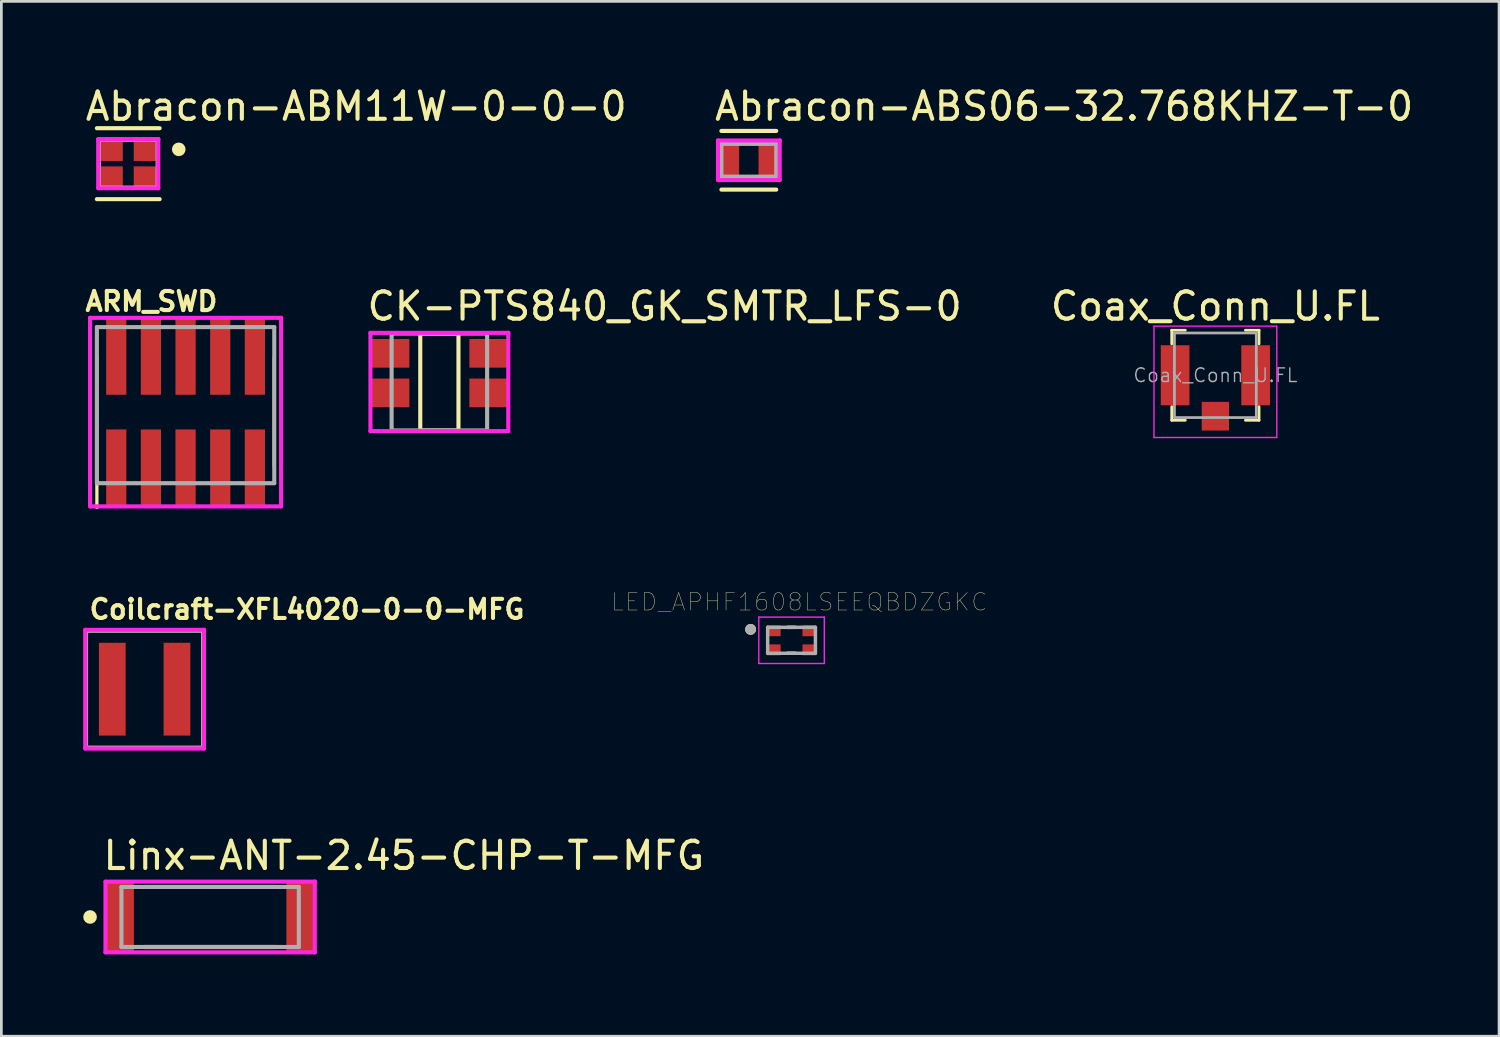
<source format=kicad_pcb>
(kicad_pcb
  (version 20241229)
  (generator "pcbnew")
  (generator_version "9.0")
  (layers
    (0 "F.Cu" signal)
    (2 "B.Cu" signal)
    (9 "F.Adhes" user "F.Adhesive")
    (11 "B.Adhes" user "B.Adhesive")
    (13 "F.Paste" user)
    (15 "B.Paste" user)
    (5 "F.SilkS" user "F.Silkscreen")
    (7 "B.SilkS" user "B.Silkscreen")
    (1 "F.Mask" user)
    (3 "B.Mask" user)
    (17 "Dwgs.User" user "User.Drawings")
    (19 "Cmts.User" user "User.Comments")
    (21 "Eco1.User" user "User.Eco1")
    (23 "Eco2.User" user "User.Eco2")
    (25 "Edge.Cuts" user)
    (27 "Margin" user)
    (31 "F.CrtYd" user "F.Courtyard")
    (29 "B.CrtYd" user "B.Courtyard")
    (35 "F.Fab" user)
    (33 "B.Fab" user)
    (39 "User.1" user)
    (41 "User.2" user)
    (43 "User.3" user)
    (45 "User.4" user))
  (footprint "Coax_Conn_U.FL"
    (layer "F.Cu")
    (at 41.486 10.701)
    (property "Reference" "Coax_Conn_U.FL" (at 0 -2.53 0) (layer "F.SilkS") (effects (font (size 1 1) (thickness 0.15))))
    (attr smd)
    (fp_line (start -1.6 -1.65) (end -1.6 -1.15) (stroke (width 0.1) (type solid)) (layer "F.SilkS"))
    (fp_line (start -1.6 -1.65) (end -1.1 -1.65) (stroke (width 0.1) (type solid)) (layer "F.SilkS"))
    (fp_line (start -1.6 1.65) (end -1.6 1.15) (stroke (width 0.1) (type solid)) (layer "F.SilkS"))
    (fp_line (start -1.6 1.65) (end -1.1 1.65) (stroke (width 0.1) (type solid)) (layer "F.SilkS"))
    (fp_line (start 1.6 -1.65) (end 1.1 -1.65) (stroke (width 0.1) (type solid)) (layer "F.SilkS"))
    (fp_line (start 1.6 -1.65) (end 1.6 -1.15) (stroke (width 0.1) (type solid)) (layer "F.SilkS"))
    (fp_line (start 1.6 1.65) (end 1.1 1.65) (stroke (width 0.1) (type solid)) (layer "F.SilkS"))
    (fp_line (start 1.6 1.65) (end 1.6 1.15) (stroke (width 0.1) (type solid)) (layer "F.SilkS"))
    (fp_line (start -2.25 -1.8) (end -2.25 2.28) (stroke (width 0.05) (type solid)) (layer "F.CrtYd"))
    (fp_line (start -2.25 -1.8) (end 2.25 -1.8) (stroke (width 0.05) (type solid)) (layer "F.CrtYd"))
    (fp_line (start -2.25 2.28) (end 2.25 2.28) (stroke (width 0.05) (type solid)) (layer "F.CrtYd"))
    (fp_line (start 2.25 -1.8) (end 2.25 2.28) (stroke (width 0.05) (type solid)) (layer "F.CrtYd"))
    (fp_line (start -1.5 -1.55) (end 1.5 -1.55) (stroke (width 0.1) (type solid)) (layer "F.Fab"))
    (fp_line (start -1.5 1.55) (end -1.5 -1.55) (stroke (width 0.1) (type solid)) (layer "F.Fab"))
    (fp_line (start -1.5 1.55) (end 1.5 1.55) (stroke (width 0.1) (type solid)) (layer "F.Fab"))
    (fp_line (start 1.5 1.55) (end 1.5 -1.55) (stroke (width 0.1) (type solid)) (layer "F.Fab"))
    (fp_text user "${REFERENCE}" (at 0 0 0) (layer "F.Fab") (effects (font (size 0.5 0.5) (thickness 0.05))))
    (pad "1" smd rect (at -1.475 0) (size 1.05 2.2) (layers "F.Cu" "F.Mask" "F.Paste"))
    (pad "1" smd rect (at 1.475 0) (size 1.05 2.2) (layers "F.Cu" "F.Mask" "F.Paste"))
    (pad "2" smd rect (at 0 1.5) (size 1 1.05) (layers "F.Cu" "F.Mask" "F.Paste")))
  (footprint "ARM_SWD"
    (layer "F.Cu")
    (at 3.75 11.796)
    (property "Reference" "ARM_SWD" (at -3.75 -3.8 0) (layer "F.SilkS") (effects (font (size 0.7 0.7) (thickness 0.15)) (justify left)))
    (attr through_hole)
    (fp_line (start -3.25 -1.75) (end -3.25 3.75) (stroke (width 0.12) (type solid)) (layer "F.SilkS"))
    (fp_line (start 3.25 -1.75) (end 3.25 2.25) (stroke (width 0.12) (type solid)) (layer "F.SilkS"))
    (fp_line (start -3.5 -3.2) (end -3.5 3.71) (stroke (width 0.15) (type solid)) (layer "F.CrtYd"))
    (fp_line (start -3.5 3.71) (end 3.5 3.71) (stroke (width 0.15) (type solid)) (layer "F.CrtYd"))
    (fp_line (start 3.5 -3.2) (end -3.5 -3.2) (stroke (width 0.15) (type solid)) (layer "F.CrtYd"))
    (fp_line (start 3.5 3.71) (end 3.5 -3.2) (stroke (width 0.15) (type solid)) (layer "F.CrtYd"))
    (fp_line (start -3.25 -2.86) (end 3.25 -2.86) (stroke (width 0.15) (type solid)) (layer "F.Fab"))
    (fp_line (start -3.25 2.86) (end -3.25 -2.86) (stroke (width 0.15) (type solid)) (layer "F.Fab"))
    (fp_line (start 3.25 -2.86) (end 3.25 2.86) (stroke (width 0.15) (type solid)) (layer "F.Fab"))
    (fp_line (start 3.25 2.86) (end -3.25 2.86) (stroke (width 0.15) (type solid)) (layer "F.Fab"))
    (pad "1" smd rect (at -2.54 2.288) (size 0.74 2.795) (layers "F.Cu" "F.Mask" "F.Paste"))
    (pad "2" smd rect (at -2.54 -1.778) (size 0.74 2.795) (layers "F.Cu" "F.Mask" "F.Paste"))
    (pad "3" smd rect (at -1.27 2.288) (size 0.74 2.795) (layers "F.Cu" "F.Mask" "F.Paste"))
    (pad "4" smd rect (at -1.27 -1.778) (size 0.74 2.795) (layers "F.Cu" "F.Mask" "F.Paste"))
    (pad "5" smd rect (at 0 2.288) (size 0.74 2.795) (layers "F.Cu" "F.Mask" "F.Paste"))
    (pad "6" smd rect (at 0 -1.778) (size 0.74 2.795) (layers "F.Cu" "F.Mask" "F.Paste"))
    (pad "7" smd rect (at 1.27 2.288) (size 0.74 2.795) (layers "F.Cu" "F.Mask" "F.Paste"))
    (pad "8" smd rect (at 1.27 -1.778) (size 0.74 2.795) (layers "F.Cu" "F.Mask" "F.Paste"))
    (pad "9" smd rect (at 2.54 2.288) (size 0.74 2.795) (layers "F.Cu" "F.Mask" "F.Paste"))
    (pad "10" smd rect (at 2.54 -1.778) (size 0.74 2.795) (layers "F.Cu" "F.Mask" "F.Paste")))
  (footprint "Abracon-ABS06-32.768KHZ-T-0"
    (layer "F.Cu")
    (at 24.39 2.823)
    (property "Reference" "Abracon-ABS06-32.768KHZ-T-0" (at -1.33 -1.975 0) (layer "F.SilkS") (effects (font (size 1 1) (thickness 0.15)) (justify left)))
    (attr through_hole)
    (fp_line (start 1.005 -1.075) (end -1.005 -1.075) (stroke (width 0.15) (type solid)) (layer "F.SilkS"))
    (fp_line (start 1.005 1.075) (end -1.005 1.075) (stroke (width 0.15) (type solid)) (layer "F.SilkS"))
    (fp_line (start -1.13 -0.725) (end -1.13 0.725) (stroke (width 0.15) (type solid)) (layer "F.CrtYd"))
    (fp_line (start -1.13 0.725) (end 1.13 0.725) (stroke (width 0.15) (type solid)) (layer "F.CrtYd"))
    (fp_line (start 1.13 -0.725) (end -1.13 -0.725) (stroke (width 0.15) (type solid)) (layer "F.CrtYd"))
    (fp_line (start 1.13 -0.725) (end 1.13 -0.725) (stroke (width 0.15) (type solid)) (layer "F.CrtYd"))
    (fp_line (start 1.13 0.725) (end 1.13 -0.725) (stroke (width 0.15) (type solid)) (layer "F.CrtYd"))
    (fp_line (start -1.005 -0.6) (end 1.005 -0.6) (stroke (width 0.15) (type solid)) (layer "F.Fab"))
    (fp_line (start -1.005 0.6) (end -1.005 -0.6) (stroke (width 0.15) (type solid)) (layer "F.Fab"))
    (fp_line (start 1.005 -0.6) (end 1.005 0.6) (stroke (width 0.15) (type solid)) (layer "F.Fab"))
    (fp_line (start 1.005 0.6) (end -1.005 0.6) (stroke (width 0.15) (type solid)) (layer "F.Fab"))
    (pad "1" smd rect (at -0.73 0) (size 0.75 1.4) (layers "F.Cu" "F.Mask" "F.Paste"))
    (pad "2" smd rect (at 0.73 0) (size 0.75 1.4) (layers "F.Cu" "F.Mask" "F.Paste")))
  (footprint "Linx-ANT-2.45-CHP-T-MFG"
    (layer "F.Cu")
    (at 4.65 30.552)
    (property "Reference" "Linx-ANT-2.45-CHP-T-MFG" (at -4 -2.25 0) (layer "F.SilkS") (effects (font (size 1 1) (thickness 0.15)) (justify left)))
    (attr through_hole)
    (fp_line (start -2.419 -1.1) (end 2.419 -1.1) (stroke (width 0.15) (type solid)) (layer "F.SilkS"))
    (fp_line (start -2.419 1.1) (end 2.419 1.1) (stroke (width 0.15) (type solid)) (layer "F.SilkS"))
    (fp_circle (center -4.4 0) (end -4.275 0) (stroke (width 0.25) (type solid)) (fill no) (layer "F.SilkS"))
    (fp_line (start -3.835 -1.295) (end -3.835 1.295) (stroke (width 0.15) (type solid)) (layer "F.CrtYd"))
    (fp_line (start -3.835 1.295) (end 3.835 1.295) (stroke (width 0.15) (type solid)) (layer "F.CrtYd"))
    (fp_line (start 3.835 -1.295) (end -3.835 -1.295) (stroke (width 0.15) (type solid)) (layer "F.CrtYd"))
    (fp_line (start 3.835 -1.295) (end 3.835 -1.295) (stroke (width 0.15) (type solid)) (layer "F.CrtYd"))
    (fp_line (start 3.835 1.295) (end 3.835 -1.295) (stroke (width 0.15) (type solid)) (layer "F.CrtYd"))
    (fp_line (start -3.25 -1.1) (end 3.25 -1.1) (stroke (width 0.15) (type solid)) (layer "F.Fab"))
    (fp_line (start -3.25 1.1) (end -3.25 -1.1) (stroke (width 0.15) (type solid)) (layer "F.Fab"))
    (fp_line (start 3.25 -1.1) (end 3.25 1.1) (stroke (width 0.15) (type solid)) (layer "F.Fab"))
    (fp_line (start 3.25 1.1) (end -3.25 1.1) (stroke (width 0.15) (type solid)) (layer "F.Fab"))
    (pad "1" smd rect (at -3.302 0) (size 1.016 2.54) (layers "F.Cu" "F.Mask" "F.Paste"))
    (pad "2" smd rect (at 3.302 0) (size 1.016 2.54) (layers "F.Cu" "F.Mask" "F.Paste")))
  (footprint "Abracon-ABM11W-0-0-0"
    (layer "F.Cu")
    (at 1.65 2.948)
    (property "Reference" "Abracon-ABM11W-0-0-0" (at -1.65 -2.1 0) (layer "F.SilkS") (effects (font (size 1 1) (thickness 0.15)) (justify left)))
    (attr through_hole)
    (fp_line (start 1.15 -1.3) (end -1.15 -1.3) (stroke (width 0.15) (type solid)) (layer "F.SilkS"))
    (fp_line (start 1.15 1.3) (end -1.15 1.3) (stroke (width 0.15) (type solid)) (layer "F.SilkS"))
    (fp_circle (center 1.85 -0.525) (end 1.975 -0.525) (stroke (width 0.25) (type solid)) (fill no) (layer "F.SilkS"))
    (fp_line (start -1.1 -0.9) (end -1.1 0.9) (stroke (width 0.15) (type solid)) (layer "F.CrtYd"))
    (fp_line (start -1.1 0.9) (end 1.1 0.9) (stroke (width 0.15) (type solid)) (layer "F.CrtYd"))
    (fp_line (start 1.1 -0.9) (end -1.1 -0.9) (stroke (width 0.15) (type solid)) (layer "F.CrtYd"))
    (fp_line (start 1.1 -0.9) (end 1.1 -0.9) (stroke (width 0.15) (type solid)) (layer "F.CrtYd"))
    (fp_line (start 1.1 0.9) (end 1.1 -0.9) (stroke (width 0.15) (type solid)) (layer "F.CrtYd"))
    (fp_line (start -1.075 -0.875) (end 1.075 -0.875) (stroke (width 0.15) (type solid)) (layer "F.Fab"))
    (fp_line (start -1.075 0.875) (end -1.075 -0.875) (stroke (width 0.15) (type solid)) (layer "F.Fab"))
    (fp_line (start 1.075 -0.875) (end 1.075 0.875) (stroke (width 0.15) (type solid)) (layer "F.Fab"))
    (fp_line (start 1.075 0.875) (end -1.075 0.875) (stroke (width 0.15) (type solid)) (layer "F.Fab"))
    (pad "1" smd rect (at 0.637 -0.487) (size 0.875 0.775) (layers "F.Cu" "F.Mask" "F.Paste"))
    (pad "2" smd rect (at -0.637 -0.487) (size 0.875 0.775) (layers "F.Cu" "F.Mask" "F.Paste"))
    (pad "3" smd rect (at -0.637 0.487) (size 0.875 0.775) (layers "F.Cu" "F.Mask" "F.Paste"))
    (pad "4" smd rect (at 0.637 0.487) (size 0.875 0.775) (layers "F.Cu" "F.Mask" "F.Paste")))
  (footprint "LED_APHF1608LSEEQBDZGKC"
    (layer "F.Cu")
    (at 25.955 20.413)
    (property "Reference" "LED_APHF1608LSEEQBDZGKC" (at 0.282 -1.406 0) (layer "F.SilkS") (effects (font (size 0.64 0.64) (thickness 0.015))))
    (attr through_hole)
    (fp_line (start -0.137 -0.475) (end 0.137 -0.475) (stroke (width 0.127) (type solid)) (layer "F.SilkS"))
    (fp_line (start -0.137 0.475) (end 0.137 0.475) (stroke (width 0.127) (type solid)) (layer "F.SilkS"))
    (fp_circle (center -1.5 -0.4) (end -1.4 -0.4) (stroke (width 0.2) (type solid)) (fill no) (layer "F.SilkS"))
    (fp_line (start -1.2 -0.85) (end 1.2 -0.85) (stroke (width 0.05) (type solid)) (layer "F.CrtYd"))
    (fp_line (start -1.2 0.85) (end -1.2 -0.85) (stroke (width 0.05) (type solid)) (layer "F.CrtYd"))
    (fp_line (start 1.2 -0.85) (end 1.2 0.85) (stroke (width 0.05) (type solid)) (layer "F.CrtYd"))
    (fp_line (start 1.2 0.85) (end -1.2 0.85) (stroke (width 0.05) (type solid)) (layer "F.CrtYd"))
    (fp_line (start -0.875 -0.475) (end 0.875 -0.475) (stroke (width 0.127) (type solid)) (layer "F.Fab"))
    (fp_line (start -0.875 0.475) (end -0.875 -0.475) (stroke (width 0.127) (type solid)) (layer "F.Fab"))
    (fp_line (start 0.875 -0.475) (end 0.875 0.475) (stroke (width 0.127) (type solid)) (layer "F.Fab"))
    (fp_line (start 0.875 0.475) (end -0.875 0.475) (stroke (width 0.127) (type solid)) (layer "F.Fab"))
    (fp_circle (center -1.5 -0.4) (end -1.4 -0.4) (stroke (width 0.2) (type solid)) (fill no) (layer "F.Fab"))
    (pad "1" smd rect (at -0.65 -0.35) (size 0.5 0.4) (layers "F.Cu" "F.Mask" "F.Paste"))
    (pad "2" smd rect (at -0.65 0.35) (size 0.5 0.4) (layers "F.Cu" "F.Mask" "F.Paste"))
    (pad "3" smd rect (at 0.65 0.35) (size 0.5 0.4) (layers "F.Cu" "F.Mask" "F.Paste"))
    (pad "4" smd rect (at 0.65 -0.35) (size 0.5 0.4) (layers "F.Cu" "F.Mask" "F.Paste")))
  (footprint "CK-PTS840_GK_SMTR_LFS-0"
    (layer "F.Cu")
    (at 13.05 10.947)
    (property "Reference" "CK-PTS840_GK_SMTR_LFS-0" (at -2.725 -2.775 0) (layer "F.SilkS") (effects (font (size 1 1) (thickness 0.15)) (justify left)))
    (attr through_hole)
    (fp_line (start -0.7 -1.775) (end 0.7 -1.775) (stroke (width 0.15) (type solid)) (layer "F.SilkS"))
    (fp_line (start -0.7 1.775) (end -0.7 -1.775) (stroke (width 0.15) (type solid)) (layer "F.SilkS"))
    (fp_line (start 0.7 -1.775) (end 0.7 1.775) (stroke (width 0.15) (type solid)) (layer "F.SilkS"))
    (fp_line (start 0.7 1.775) (end -0.7 1.775) (stroke (width 0.15) (type solid)) (layer "F.SilkS"))
    (fp_line (start -2.525 -1.8) (end -2.525 1.8) (stroke (width 0.15) (type solid)) (layer "F.CrtYd"))
    (fp_line (start -2.525 1.8) (end 2.525 1.8) (stroke (width 0.15) (type solid)) (layer "F.CrtYd"))
    (fp_line (start 2.525 -1.8) (end -2.525 -1.8) (stroke (width 0.15) (type solid)) (layer "F.CrtYd"))
    (fp_line (start 2.525 -1.8) (end 2.525 -1.8) (stroke (width 0.15) (type solid)) (layer "F.CrtYd"))
    (fp_line (start 2.525 1.8) (end 2.525 -1.8) (stroke (width 0.15) (type solid)) (layer "F.CrtYd"))
    (fp_line (start -1.75 -1.775) (end 1.75 -1.775) (stroke (width 0.15) (type solid)) (layer "F.Fab"))
    (fp_line (start -1.75 1.775) (end -1.75 -1.775) (stroke (width 0.15) (type solid)) (layer "F.Fab"))
    (fp_line (start 1.75 -1.775) (end 1.75 1.775) (stroke (width 0.15) (type solid)) (layer "F.Fab"))
    (fp_line (start 1.75 1.775) (end -1.75 1.775) (stroke (width 0.15) (type solid)) (layer "F.Fab"))
    (pad "1" smd rect (at -1.8 -1.05) (size 1.4 1.05) (layers "F.Cu" "F.Mask" "F.Paste"))
    (pad "2" smd rect (at 1.8 -1.05) (size 1.4 1.05) (layers "F.Cu" "F.Mask" "F.Paste"))
    (pad "3" smd rect (at -1.8 0.4) (size 1.4 1.05) (layers "F.Cu" "F.Mask" "F.Paste"))
    (pad "4" smd rect (at 1.8 0.4) (size 1.4 1.05) (layers "F.Cu" "F.Mask" "F.Paste")))
  (footprint "Coilcraft-XFL4020-0-0-MFG"
    (layer "F.Cu")
    (at 2.25 22.204)
    (property "Reference" "Coilcraft-XFL4020-0-0-MFG" (at -2.1 -2.925 0) (layer "F.SilkS") (effects (font (size 0.7 0.7) (thickness 0.15)) (justify left)))
    (attr through_hole)
    (fp_line (start -2.15 -2.15) (end 2.15 -2.15) (stroke (width 0.15) (type solid)) (layer "F.SilkS"))
    (fp_line (start -2.15 2.15) (end -2.15 -2.15) (stroke (width 0.15) (type solid)) (layer "F.SilkS"))
    (fp_line (start -2.15 2.15) (end 2.15 2.15) (stroke (width 0.15) (type solid)) (layer "F.SilkS"))
    (fp_line (start 2.15 2.15) (end 2.15 -2.15) (stroke (width 0.15) (type solid)) (layer "F.SilkS"))
    (fp_line (start -2.175 -2.175) (end -2.175 2.175) (stroke (width 0.15) (type solid)) (layer "F.CrtYd"))
    (fp_line (start -2.175 2.175) (end 2.175 2.175) (stroke (width 0.15) (type solid)) (layer "F.CrtYd"))
    (fp_line (start 2.175 -2.175) (end -2.175 -2.175) (stroke (width 0.15) (type solid)) (layer "F.CrtYd"))
    (fp_line (start 2.175 -2.175) (end 2.175 -2.175) (stroke (width 0.15) (type solid)) (layer "F.CrtYd"))
    (fp_line (start 2.175 2.175) (end 2.175 -2.175) (stroke (width 0.15) (type solid)) (layer "F.CrtYd"))
    (fp_line (start -2.15 -2.15) (end 2.15 -2.15) (stroke (width 0.15) (type solid)) (layer "F.Fab"))
    (fp_line (start -2.15 2.15) (end -2.15 -2.15) (stroke (width 0.15) (type solid)) (layer "F.Fab"))
    (fp_line (start 2.15 -2.15) (end 2.15 2.15) (stroke (width 0.15) (type solid)) (layer "F.Fab"))
    (fp_line (start 2.15 2.15) (end -2.15 2.15) (stroke (width 0.15) (type solid)) (layer "F.Fab"))
    (pad "1" smd rect (at -1.185 0) (size 0.98 3.4) (layers "F.Cu" "F.Mask" "F.Paste"))
    (pad "2" smd rect (at 1.185 0) (size 0.98 3.4) (layers "F.Cu" "F.Mask" "F.Paste")))
  (gr_rect
    (start -3 -3)
    (end 51.881 34.922)
    (stroke (width 0.1) (type default))
    (fill no)
    (layer "Edge.Cuts")))
</source>
